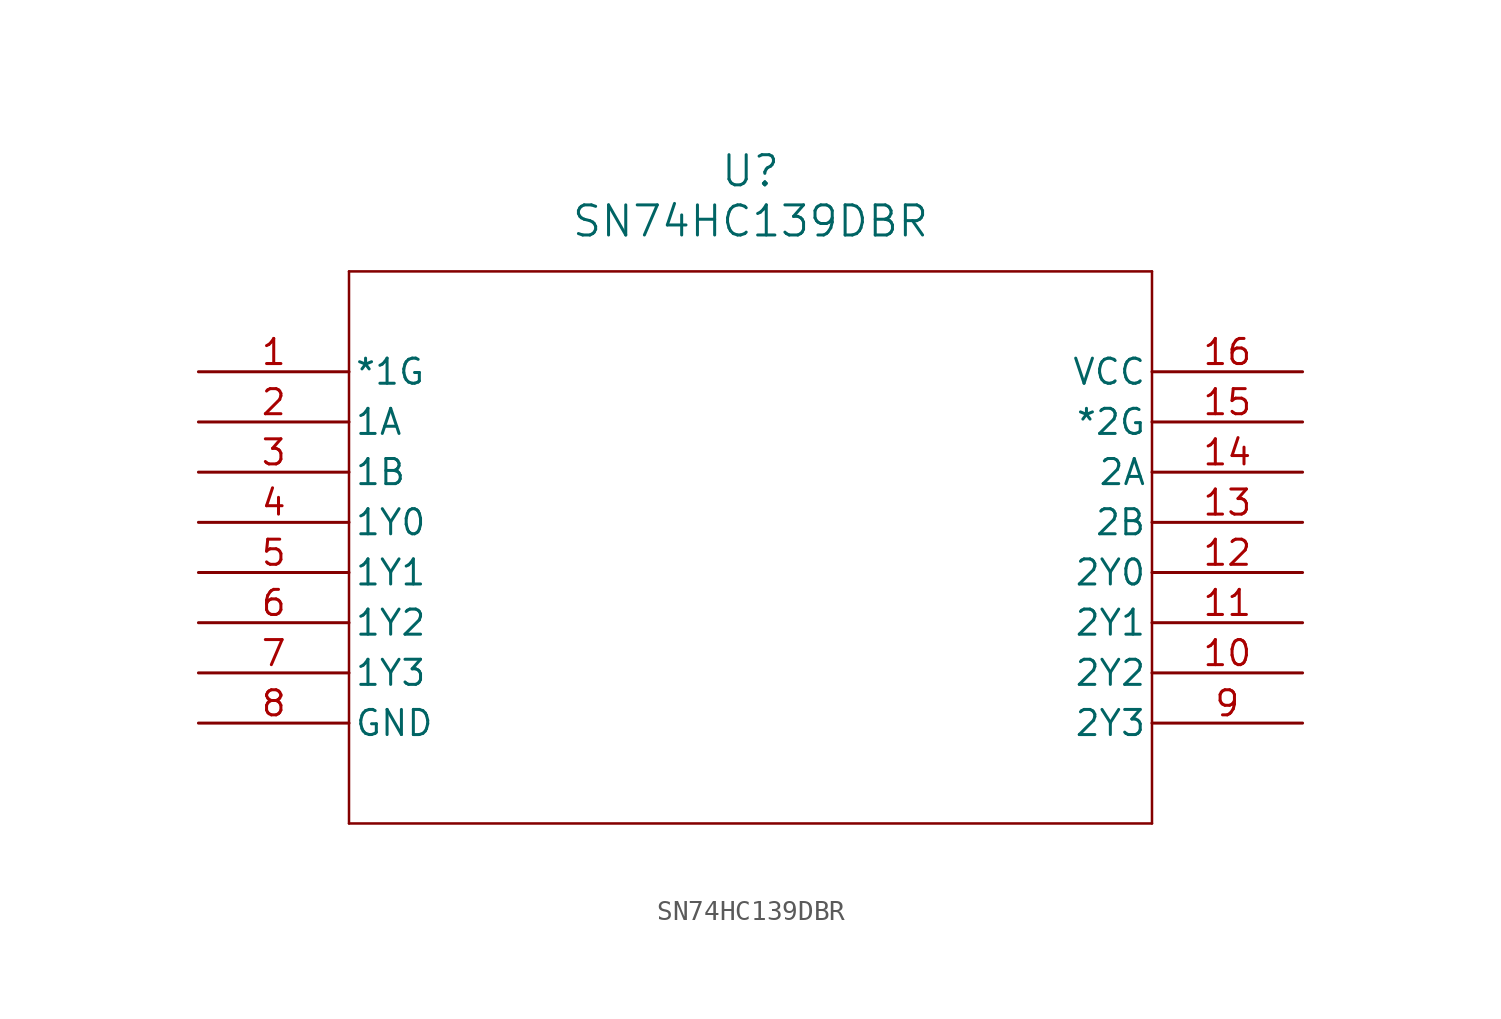
<source format=kicad_sym>
(kicad_symbol_lib
  (version 20211014)
  (generator kicad_symbol_editor)
  (symbol "SN74HC139DBR"
    (pin_names
      (offset 0.254))
    (property "Reference" "U"
      (at 27.94 10.16 0)
      (effects (font (size 1.524 1.524))))
    (property "Value" "SN74HC139DBR"
      (at 27.94 7.62 0)
      (effects (font (size 1.524 1.524))))
    (symbol "SN74HC139DBR_0_1"
      (polyline (pts (xy 7.62 5.08) (xy 7.62 -22.86)) (stroke (width 0.127) (type default) (color 0 0 0 0)) (fill (type none)))
      (polyline (pts (xy 7.62 -22.86) (xy 48.26 -22.86)) (stroke (width 0.127) (type default) (color 0 0 0 0)) (fill (type none)))
      (polyline (pts (xy 48.26 -22.86) (xy 48.26 5.08)) (stroke (width 0.127) (type default) (color 0 0 0 0)) (fill (type none)))
      (polyline (pts (xy 48.26 5.08) (xy 7.62 5.08)) (stroke (width 0.127) (type default) (color 0 0 0 0)) (fill (type none)))
      (pin input line (at 0 0 0) (length 7.62) (name "*1G" (effects (font (size 1.27 1.27)))) (number "1" (effects (font (size 1.27 1.27)))))
      (pin input line (at 0 -2.54 0) (length 7.62) (name "1A" (effects (font (size 1.27 1.27)))) (number "2" (effects (font (size 1.27 1.27)))))
      (pin input line (at 0 -5.08 0) (length 7.62) (name "1B" (effects (font (size 1.27 1.27)))) (number "3" (effects (font (size 1.27 1.27)))))
      (pin output line (at 0 -7.62 0) (length 7.62) (name "1Y0" (effects (font (size 1.27 1.27)))) (number "4" (effects (font (size 1.27 1.27)))))
      (pin output line (at 0 -10.16 0) (length 7.62) (name "1Y1" (effects (font (size 1.27 1.27)))) (number "5" (effects (font (size 1.27 1.27)))))
      (pin output line (at 0 -12.7 0) (length 7.62) (name "1Y2" (effects (font (size 1.27 1.27)))) (number "6" (effects (font (size 1.27 1.27)))))
      (pin output line (at 0 -15.24 0) (length 7.62) (name "1Y3" (effects (font (size 1.27 1.27)))) (number "7" (effects (font (size 1.27 1.27)))))
      (pin power_in line (at 0 -17.78 0) (length 7.62) (name "GND" (effects (font (size 1.27 1.27)))) (number "8" (effects (font (size 1.27 1.27)))))
      (pin output line (at 55.88 -17.78 180) (length 7.62) (name "2Y3" (effects (font (size 1.27 1.27)))) (number "9" (effects (font (size 1.27 1.27)))))
      (pin output line (at 55.88 -15.24 180) (length 7.62) (name "2Y2" (effects (font (size 1.27 1.27)))) (number "10" (effects (font (size 1.27 1.27)))))
      (pin output line (at 55.88 -12.7 180) (length 7.62) (name "2Y1" (effects (font (size 1.27 1.27)))) (number "11" (effects (font (size 1.27 1.27)))))
      (pin output line (at 55.88 -10.16 180) (length 7.62) (name "2Y0" (effects (font (size 1.27 1.27)))) (number "12" (effects (font (size 1.27 1.27)))))
      (pin input line (at 55.88 -7.62 180) (length 7.62) (name "2B" (effects (font (size 1.27 1.27)))) (number "13" (effects (font (size 1.27 1.27)))))
      (pin input line (at 55.88 -5.08 180) (length 7.62) (name "2A" (effects (font (size 1.27 1.27)))) (number "14" (effects (font (size 1.27 1.27)))))
      (pin input line (at 55.88 -2.54 180) (length 7.62) (name "*2G" (effects (font (size 1.27 1.27)))) (number "15" (effects (font (size 1.27 1.27)))))
      (pin power_in line (at 55.88 0 180) (length 7.62) (name "VCC" (effects (font (size 1.27 1.27)))) (number "16" (effects (font (size 1.27 1.27))))))))
</source>
